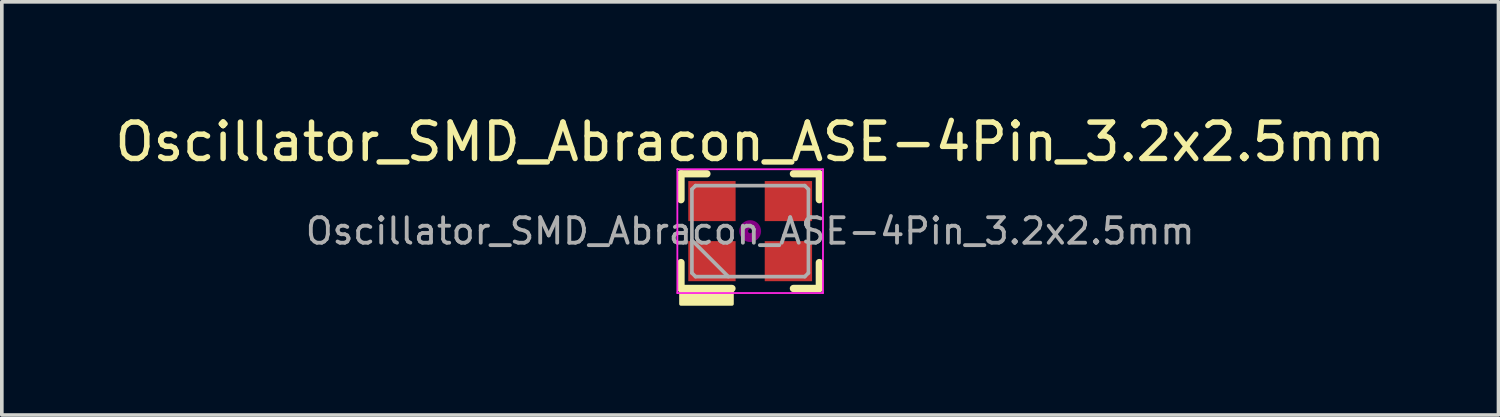
<source format=kicad_pcb>
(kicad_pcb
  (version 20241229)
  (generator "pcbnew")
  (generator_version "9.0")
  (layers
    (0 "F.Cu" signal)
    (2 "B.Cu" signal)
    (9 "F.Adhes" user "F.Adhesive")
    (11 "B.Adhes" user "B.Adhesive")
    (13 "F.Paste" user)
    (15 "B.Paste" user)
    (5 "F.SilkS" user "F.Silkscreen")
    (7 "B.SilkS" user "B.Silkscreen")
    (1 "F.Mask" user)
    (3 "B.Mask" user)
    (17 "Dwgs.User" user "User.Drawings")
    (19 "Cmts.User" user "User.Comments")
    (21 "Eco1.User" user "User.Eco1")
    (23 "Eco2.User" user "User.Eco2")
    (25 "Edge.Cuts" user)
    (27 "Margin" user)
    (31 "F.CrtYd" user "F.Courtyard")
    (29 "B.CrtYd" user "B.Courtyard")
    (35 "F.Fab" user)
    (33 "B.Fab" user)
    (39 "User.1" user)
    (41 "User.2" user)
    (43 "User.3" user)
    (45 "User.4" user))
  (footprint "Oscillator_SMD_Abracon_ASE-4Pin_3.2x2.5mm"
    (layer "F.Cu")
    (at 17.554 3.298)
    (property "Reference" "Oscillator_SMD_Abracon_ASE-4Pin_3.2x2.5mm" (at 0 -2.45 0) (layer "F.SilkS") (effects (font (size 1 1) (thickness 0.15))))
    (attr smd)
    (fp_line (start -1.9 -1.575) (end -1.9 -0.863) (stroke (width 0.2) (type solid)) (layer "F.SilkS"))
    (fp_line (start -1.9 -1.575) (end -1.188 -1.575) (stroke (width 0.2) (type solid)) (layer "F.SilkS"))
    (fp_line (start -1.9 1.575) (end -1.9 0.863) (stroke (width 0.2) (type solid)) (layer "F.SilkS"))
    (fp_line (start -1.9 1.575) (end -0.5 1.575) (stroke (width 0.2) (type solid)) (layer "F.SilkS"))
    (fp_line (start 1.9 -1.575) (end 1.188 -1.575) (stroke (width 0.2) (type solid)) (layer "F.SilkS"))
    (fp_line (start 1.9 -1.575) (end 1.9 -0.863) (stroke (width 0.2) (type solid)) (layer "F.SilkS"))
    (fp_line (start 1.9 1.575) (end 1.188 1.575) (stroke (width 0.2) (type solid)) (layer "F.SilkS"))
    (fp_line (start 1.9 1.575) (end 1.9 0.863) (stroke (width 0.2) (type solid)) (layer "F.SilkS"))
    (fp_rect (start -1.9 1.575) (end -0.5 2) (stroke (width 0.1) (type solid)) (fill yes) (layer "F.SilkS"))
    (fp_circle (center 0 0) (end 0.058 0) (stroke (width 0.117) (type solid)) (fill no) (layer "F.Adhes"))
    (fp_circle (center 0 0) (end 0.133 0) (stroke (width 0.083) (type solid)) (fill no) (layer "F.Adhes"))
    (fp_circle (center 0 0) (end 0.208 0) (stroke (width 0.083) (type solid)) (fill no) (layer "F.Adhes"))
    (fp_circle (center 0 0) (end 0.25 0) (stroke (width 0.1) (type solid)) (fill no) (layer "F.Adhes"))
    (fp_line (start -2 -1.7) (end -2 1.7) (stroke (width 0.05) (type solid)) (layer "F.CrtYd"))
    (fp_line (start -2 1.7) (end 2 1.7) (stroke (width 0.05) (type solid)) (layer "F.CrtYd"))
    (fp_line (start 2 -1.7) (end -2 -1.7) (stroke (width 0.05) (type solid)) (layer "F.CrtYd"))
    (fp_line (start 2 1.7) (end 2 -1.7) (stroke (width 0.05) (type solid)) (layer "F.CrtYd"))
    (fp_line (start -1.6 -1.15) (end -1.5 -1.25) (stroke (width 0.1) (type solid)) (layer "F.Fab"))
    (fp_line (start -1.6 0.25) (end -0.6 1.25) (stroke (width 0.1) (type solid)) (layer "F.Fab"))
    (fp_line (start -1.6 1.15) (end -1.6 -1.15) (stroke (width 0.1) (type solid)) (layer "F.Fab"))
    (fp_line (start -1.5 -1.25) (end 1.5 -1.25) (stroke (width 0.1) (type solid)) (layer "F.Fab"))
    (fp_line (start -1.5 1.25) (end -1.6 1.15) (stroke (width 0.1) (type solid)) (layer "F.Fab"))
    (fp_line (start 1.5 -1.25) (end 1.6 -1.15) (stroke (width 0.1) (type solid)) (layer "F.Fab"))
    (fp_line (start 1.5 1.25) (end -1.5 1.25) (stroke (width 0.1) (type solid)) (layer "F.Fab"))
    (fp_line (start 1.6 -1.15) (end 1.6 1.15) (stroke (width 0.1) (type solid)) (layer "F.Fab"))
    (fp_line (start 1.6 1.15) (end 1.5 1.25) (stroke (width 0.1) (type solid)) (layer "F.Fab"))
    (fp_text user "${REFERENCE}" (at 0 0 0) (layer "F.Fab") (effects (font (size 0.7 0.7) (thickness 0.105))))
    (pad "1" smd rect (at -1.05 0.825) (size 1.3 1.1) (layers "F.Cu" "F.Mask" "F.Paste"))
    (pad "2" smd rect (at 1.05 0.825) (size 1.3 1.1) (layers "F.Cu" "F.Mask" "F.Paste"))
    (pad "3" smd rect (at 1.05 -0.825) (size 1.3 1.1) (layers "F.Cu" "F.Mask" "F.Paste"))
    (pad "4" smd rect (at -1.05 -0.825) (size 1.3 1.1) (layers "F.Cu" "F.Mask" "F.Paste")))
  (gr_rect
    (start -3 -3)
    (end 38.107 8.348)
    (stroke (width 0.1) (type default))
    (fill no)
    (layer "Edge.Cuts")))
</source>
